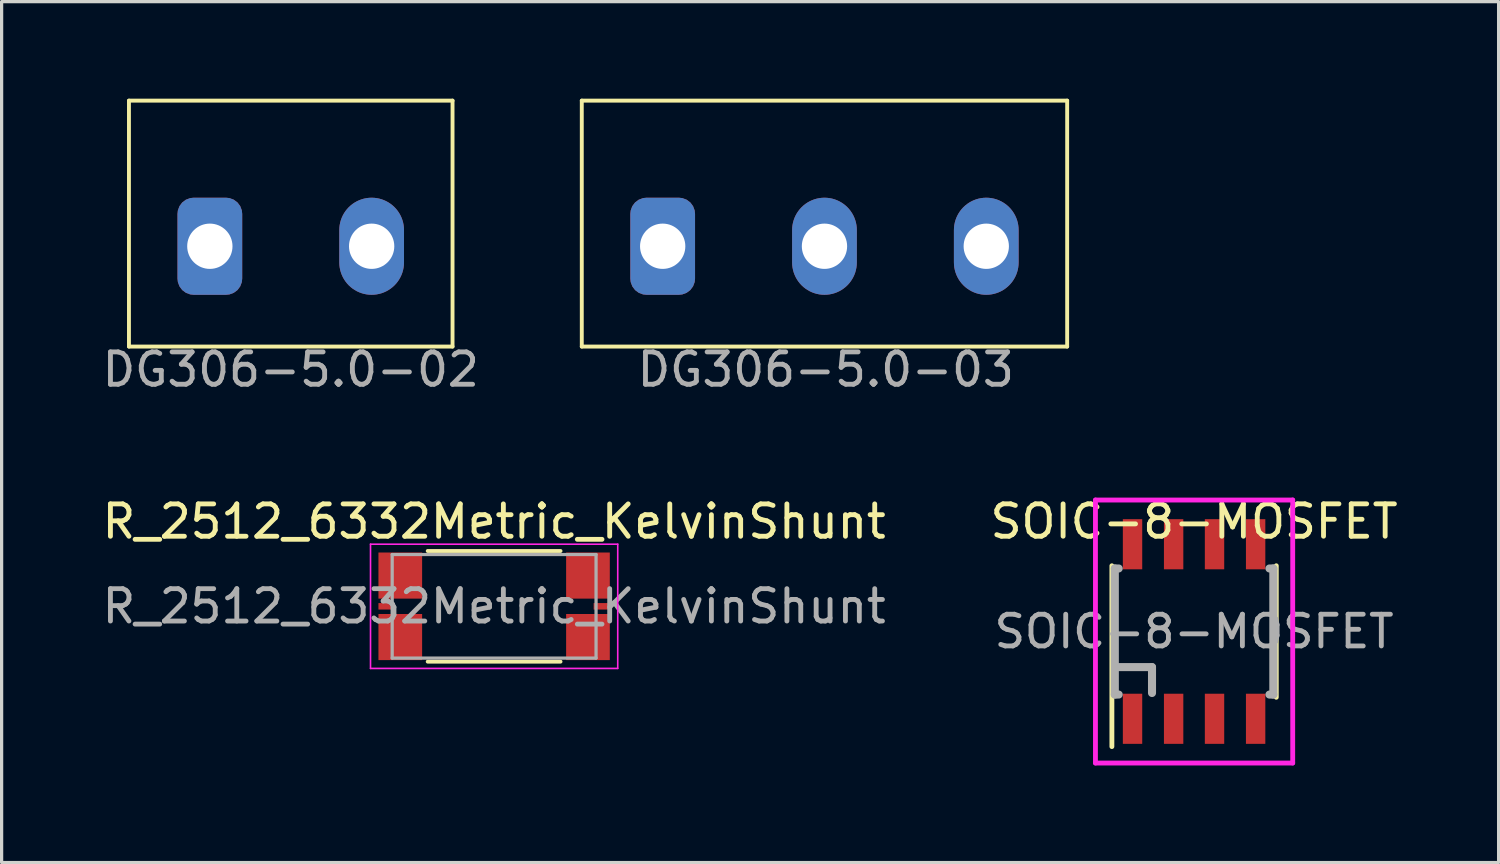
<source format=kicad_pcb>
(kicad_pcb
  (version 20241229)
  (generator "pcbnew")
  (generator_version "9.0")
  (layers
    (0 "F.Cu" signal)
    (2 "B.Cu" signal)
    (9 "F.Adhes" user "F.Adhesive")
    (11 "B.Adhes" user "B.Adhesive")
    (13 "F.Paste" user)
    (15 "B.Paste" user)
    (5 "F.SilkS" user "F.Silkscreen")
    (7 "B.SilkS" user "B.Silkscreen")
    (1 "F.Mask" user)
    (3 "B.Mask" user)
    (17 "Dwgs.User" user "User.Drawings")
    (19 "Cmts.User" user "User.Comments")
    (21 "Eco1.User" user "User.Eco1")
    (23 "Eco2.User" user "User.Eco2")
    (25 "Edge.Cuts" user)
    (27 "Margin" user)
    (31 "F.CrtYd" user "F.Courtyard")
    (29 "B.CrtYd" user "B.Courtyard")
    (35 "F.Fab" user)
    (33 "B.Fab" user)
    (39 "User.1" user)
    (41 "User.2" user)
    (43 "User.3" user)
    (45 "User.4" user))
  (footprint "SOIC-8-MOSFET"
    (layer "F.Cu")
    (at 33.851 16.466)
    (property "Reference" "SOIC-8-MOSFET" (at 0 -3.4 0) (layer "F.SilkS") (effects (font (size 1 1) (thickness 0.15))))
    (attr smd)
    (fp_line (start -2.54 -2.032) (end -2.54 3.556) (stroke (width 0.15) (type solid)) (layer "F.SilkS"))
    (fp_line (start 2.54 2.032) (end 2.54 -2.032) (stroke (width 0.15) (type solid)) (layer "F.SilkS"))
    (fp_line (start -3.048 -4.064) (end -3.048 4.064) (stroke (width 0.15) (type solid)) (layer "F.CrtYd"))
    (fp_line (start -3.048 4.064) (end 3.048 4.064) (stroke (width 0.15) (type solid)) (layer "F.CrtYd"))
    (fp_line (start 3.048 -4.064) (end -3.048 -4.064) (stroke (width 0.15) (type solid)) (layer "F.CrtYd"))
    (fp_line (start 3.048 4.064) (end 3.048 -4.064) (stroke (width 0.15) (type solid)) (layer "F.CrtYd"))
    (fp_line (start -2.449 -1.948) (end -2.449 1.948) (stroke (width 0.249) (type solid)) (layer "F.Fab"))
    (fp_line (start -2.449 -1.948) (end -2.329 -1.948) (stroke (width 0.249) (type solid)) (layer "F.Fab"))
    (fp_line (start -2.449 1.948) (end -2.329 1.948) (stroke (width 0.249) (type solid)) (layer "F.Fab"))
    (fp_line (start -2.4 1.1) (end -1.3 1.1) (stroke (width 0.249) (type solid)) (layer "F.Fab"))
    (fp_line (start -1.3 1.1) (end -1.3 1.9) (stroke (width 0.249) (type solid)) (layer "F.Fab"))
    (fp_line (start 2.329 -1.948) (end 2.449 -1.948) (stroke (width 0.249) (type solid)) (layer "F.Fab"))
    (fp_line (start 2.329 1.948) (end 2.449 1.948) (stroke (width 0.249) (type solid)) (layer "F.Fab"))
    (fp_line (start 2.449 -1.948) (end 2.449 1.948) (stroke (width 0.249) (type solid)) (layer "F.Fab"))
    (fp_text user "${REFERENCE}" (at 0 0 180) (layer "F.Fab") (effects (font (size 0.98 0.98) (thickness 0.15))))
    (pad "1" smd rect (at -1.902 2.697 180) (size 0.599 1.549) (layers "F.Cu" "F.Mask" "F.Paste"))
    (pad "1" smd rect (at -0.632 2.697 180) (size 0.599 1.549) (layers "F.Cu" "F.Mask" "F.Paste"))
    (pad "1" smd rect (at 0.632 2.697 180) (size 0.599 1.549) (layers "F.Cu" "F.Mask" "F.Paste"))
    (pad "2" smd rect (at 1.902 2.697 180) (size 0.599 1.549) (layers "F.Cu" "F.Mask" "F.Paste"))
    (pad "3" smd rect (at -1.902 -2.697) (size 0.599 1.549) (layers "F.Cu" "F.Mask" "F.Paste"))
    (pad "3" smd rect (at -0.632 -2.697) (size 0.599 1.549) (layers "F.Cu" "F.Mask" "F.Paste"))
    (pad "3" smd rect (at 0.632 -2.697) (size 0.599 1.549) (layers "F.Cu" "F.Mask" "F.Paste"))
    (pad "3" smd rect (at 1.902 -2.697) (size 0.599 1.549) (layers "F.Cu" "F.Mask" "F.Paste")))
  (footprint "R_2512_6332Metric_KelvinShunt"
    (layer "F.Cu")
    (at 12.22 15.687)
    (property "Reference" "R_2512_6332Metric_KelvinShunt" (at 0 -2.62 0) (layer "F.SilkS") (effects (font (size 1 1) (thickness 0.15))))
    (attr smd)
    (fp_line (start -2.052 -1.71) (end 2.052 -1.71) (stroke (width 0.12) (type solid)) (layer "F.SilkS"))
    (fp_line (start -2.052 1.71) (end 2.052 1.71) (stroke (width 0.12) (type solid)) (layer "F.SilkS"))
    (fp_line (start -3.82 -1.92) (end 3.82 -1.92) (stroke (width 0.05) (type solid)) (layer "F.CrtYd"))
    (fp_line (start -3.82 1.92) (end -3.82 -1.92) (stroke (width 0.05) (type solid)) (layer "F.CrtYd"))
    (fp_line (start 3.82 -1.92) (end 3.82 1.92) (stroke (width 0.05) (type solid)) (layer "F.CrtYd"))
    (fp_line (start 3.82 1.92) (end -3.82 1.92) (stroke (width 0.05) (type solid)) (layer "F.CrtYd"))
    (fp_line (start -3.15 -1.6) (end 3.15 -1.6) (stroke (width 0.1) (type solid)) (layer "F.Fab"))
    (fp_line (start -3.15 1.6) (end -3.15 -1.6) (stroke (width 0.1) (type solid)) (layer "F.Fab"))
    (fp_line (start 3.15 -1.6) (end 3.15 1.6) (stroke (width 0.1) (type solid)) (layer "F.Fab"))
    (fp_line (start 3.15 1.6) (end -3.15 1.6) (stroke (width 0.1) (type solid)) (layer "F.Fab"))
    (fp_text user "${REFERENCE}" (at 0 0 0) (layer "F.Fab") (effects (font (size 1 1) (thickness 0.15))))
    (pad "1" smd rect (at -2.9 -0.95) (size 1.35 1.425) (layers "F.Cu" "F.Mask" "F.Paste"))
    (pad "1" smd rect (at -2.9 0.95) (size 1.35 1.425) (layers "F.Cu" "F.Mask" "F.Paste"))
    (pad "2" smd rect (at -3.325 0) (size 0.5 0.2) (layers "F.Cu" "F.Mask" "F.Paste"))
    (pad "3" smd rect (at 3.325 0) (size 0.5 0.2) (layers "F.Cu" "F.Mask" "F.Paste"))
    (pad "4" smd rect (at 2.9 -0.95) (size 1.35 1.425) (layers "F.Cu" "F.Mask" "F.Paste"))
    (pad "4" smd rect (at 2.9 0.95) (size 1.35 1.425) (layers "F.Cu" "F.Mask" "F.Paste")))
  (footprint "DG306-5.0-02"
    (layer "F.Cu")
    (at 5.935 4.56)
    (property "Reference" "DG306-5.0-02" (at 0 3.81 0) (layer "F.Fab") (effects (font (size 1 1) (thickness 0.15))))
    (attr through_hole)
    (fp_line (start -5 -4.5) (end 5 -4.5) (stroke (width 0.12) (type solid)) (layer "F.SilkS"))
    (fp_line (start -5 3.1) (end -5 -4.5) (stroke (width 0.12) (type solid)) (layer "F.SilkS"))
    (fp_line (start 5 -4.5) (end 5 3.1) (stroke (width 0.12) (type solid)) (layer "F.SilkS"))
    (fp_line (start 5 3.1) (end -5 3.1) (stroke (width 0.12) (type solid)) (layer "F.SilkS"))
    (pad "1" thru_hole roundrect (at -2.5 0) (size 2 3) (drill 1.4) (layers "*.Cu" "*.Mask") (roundrect_rratio 0.25))
    (pad "2" thru_hole oval (at 2.5 0) (size 2 3) (drill 1.4) (layers "*.Cu" "*.Mask")))
  (footprint "DG306-5.0-03"
    (layer "F.Cu")
    (at 19.929 4.56)
    (property "Reference" "DG306-5.0-03" (at 2.54 3.81 0) (layer "F.Fab") (effects (font (size 1 1) (thickness 0.15))))
    (attr through_hole)
    (fp_line (start -5 -4.5) (end 10 -4.5) (stroke (width 0.12) (type solid)) (layer "F.SilkS"))
    (fp_line (start -5 3.1) (end -5 -4.5) (stroke (width 0.12) (type solid)) (layer "F.SilkS"))
    (fp_line (start 10 -4.5) (end 10 3.1) (stroke (width 0.12) (type solid)) (layer "F.SilkS"))
    (fp_line (start 10 3.1) (end -5 3.1) (stroke (width 0.12) (type solid)) (layer "F.SilkS"))
    (pad "1" thru_hole roundrect (at -2.5 0) (size 2 3) (drill 1.4) (layers "*.Cu" "*.Mask") (roundrect_rratio 0.25))
    (pad "2" thru_hole oval (at 2.5 0) (size 2 3) (drill 1.4) (layers "*.Cu" "*.Mask"))
    (pad "3" thru_hole oval (at 7.5 0) (size 2 3) (drill 1.4) (layers "*.Cu" "*.Mask")))
  (gr_rect
    (start -3 -3)
    (end 43.262 23.605)
    (stroke (width 0.1) (type default))
    (fill no)
    (layer "Edge.Cuts")))
</source>
